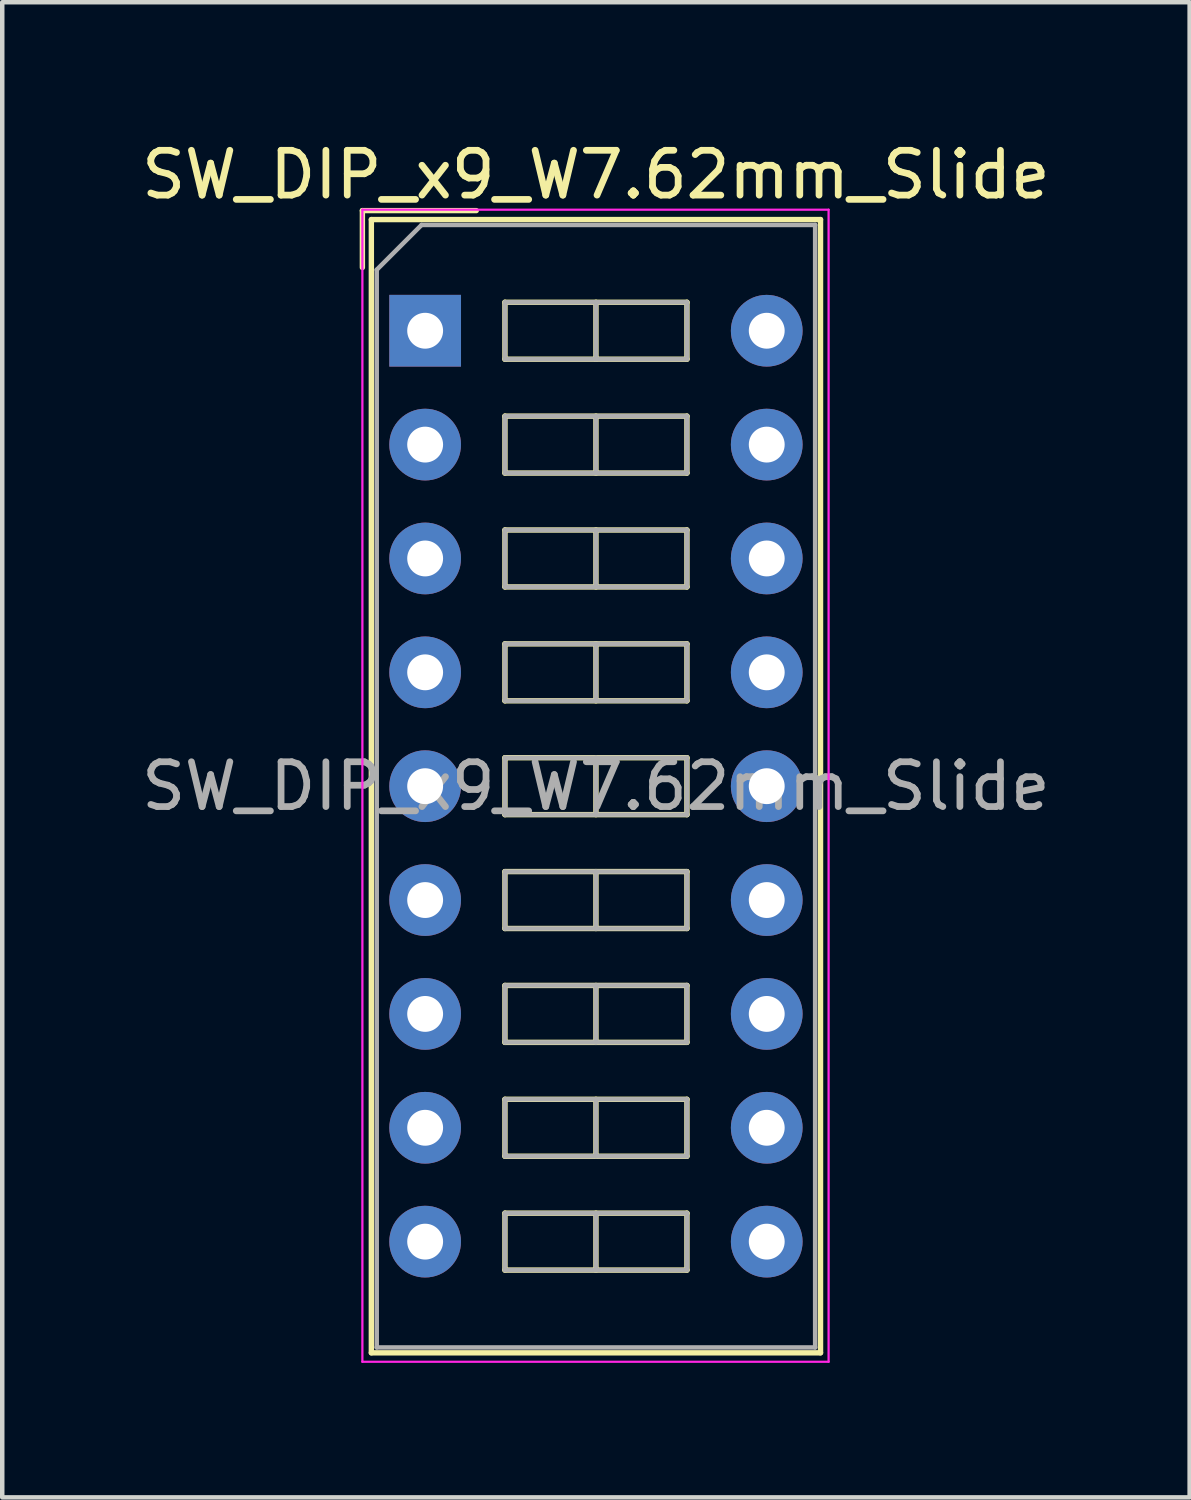
<source format=kicad_pcb>
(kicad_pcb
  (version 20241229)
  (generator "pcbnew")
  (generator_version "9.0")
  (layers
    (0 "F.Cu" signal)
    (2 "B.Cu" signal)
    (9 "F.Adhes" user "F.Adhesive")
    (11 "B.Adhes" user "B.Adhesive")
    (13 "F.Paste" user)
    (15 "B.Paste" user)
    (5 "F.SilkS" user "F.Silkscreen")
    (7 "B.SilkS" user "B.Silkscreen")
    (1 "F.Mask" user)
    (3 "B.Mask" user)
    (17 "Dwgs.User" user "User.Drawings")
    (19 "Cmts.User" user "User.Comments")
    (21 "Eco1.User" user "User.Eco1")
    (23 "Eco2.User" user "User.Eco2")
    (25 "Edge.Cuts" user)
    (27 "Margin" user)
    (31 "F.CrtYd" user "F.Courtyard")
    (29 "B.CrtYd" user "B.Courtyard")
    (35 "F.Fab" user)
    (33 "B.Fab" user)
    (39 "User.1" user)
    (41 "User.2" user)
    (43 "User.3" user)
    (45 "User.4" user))
  (footprint "SW_DIP_x9_W7.62mm_Slide"
    (layer "F.Cu")
    (at 6.434 4.328)
    (property "Reference" "SW_DIP_x9_W7.62mm_Slide" (at 3.81 -3.48 0) (layer "F.SilkS") (effects (font (size 1 1) (thickness 0.15))))
    (attr through_hole)
    (fp_line (start -1.4 -2.68) (end -1.4 -1.41) (stroke (width 0.12) (type solid)) (layer "F.SilkS"))
    (fp_line (start -1.4 -2.68) (end 1.14 -2.68) (stroke (width 0.12) (type solid)) (layer "F.SilkS"))
    (fp_line (start -1.2 -2.48) (end 8.82 -2.48) (stroke (width 0.12) (type solid)) (layer "F.SilkS"))
    (fp_line (start -1.2 22.8) (end -1.2 -2.48) (stroke (width 0.12) (type solid)) (layer "F.SilkS"))
    (fp_line (start 1.78 -0.635) (end 1.78 0.635) (stroke (width 0.12) (type solid)) (layer "F.SilkS"))
    (fp_line (start 1.78 0.635) (end 5.84 0.635) (stroke (width 0.12) (type solid)) (layer "F.SilkS"))
    (fp_line (start 1.78 1.905) (end 1.78 3.175) (stroke (width 0.12) (type solid)) (layer "F.SilkS"))
    (fp_line (start 1.78 3.175) (end 5.84 3.175) (stroke (width 0.12) (type solid)) (layer "F.SilkS"))
    (fp_line (start 1.78 4.445) (end 1.78 5.715) (stroke (width 0.12) (type solid)) (layer "F.SilkS"))
    (fp_line (start 1.78 5.715) (end 5.84 5.715) (stroke (width 0.12) (type solid)) (layer "F.SilkS"))
    (fp_line (start 1.78 6.985) (end 1.78 8.255) (stroke (width 0.12) (type solid)) (layer "F.SilkS"))
    (fp_line (start 1.78 8.255) (end 5.84 8.255) (stroke (width 0.12) (type solid)) (layer "F.SilkS"))
    (fp_line (start 1.78 9.525) (end 1.78 10.795) (stroke (width 0.12) (type solid)) (layer "F.SilkS"))
    (fp_line (start 1.78 10.795) (end 5.84 10.795) (stroke (width 0.12) (type solid)) (layer "F.SilkS"))
    (fp_line (start 1.78 12.065) (end 1.78 13.335) (stroke (width 0.12) (type solid)) (layer "F.SilkS"))
    (fp_line (start 1.78 13.335) (end 5.84 13.335) (stroke (width 0.12) (type solid)) (layer "F.SilkS"))
    (fp_line (start 1.78 14.605) (end 1.78 15.875) (stroke (width 0.12) (type solid)) (layer "F.SilkS"))
    (fp_line (start 1.78 15.875) (end 5.84 15.875) (stroke (width 0.12) (type solid)) (layer "F.SilkS"))
    (fp_line (start 1.78 17.145) (end 1.78 18.415) (stroke (width 0.12) (type solid)) (layer "F.SilkS"))
    (fp_line (start 1.78 18.415) (end 5.84 18.415) (stroke (width 0.12) (type solid)) (layer "F.SilkS"))
    (fp_line (start 1.78 19.685) (end 1.78 20.955) (stroke (width 0.12) (type solid)) (layer "F.SilkS"))
    (fp_line (start 1.78 20.955) (end 5.84 20.955) (stroke (width 0.12) (type solid)) (layer "F.SilkS"))
    (fp_line (start 3.81 -0.635) (end 3.81 0.635) (stroke (width 0.12) (type solid)) (layer "F.SilkS"))
    (fp_line (start 3.81 1.905) (end 3.81 3.175) (stroke (width 0.12) (type solid)) (layer "F.SilkS"))
    (fp_line (start 3.81 4.445) (end 3.81 5.715) (stroke (width 0.12) (type solid)) (layer "F.SilkS"))
    (fp_line (start 3.81 6.985) (end 3.81 8.255) (stroke (width 0.12) (type solid)) (layer "F.SilkS"))
    (fp_line (start 3.81 9.525) (end 3.81 10.795) (stroke (width 0.12) (type solid)) (layer "F.SilkS"))
    (fp_line (start 3.81 12.065) (end 3.81 13.335) (stroke (width 0.12) (type solid)) (layer "F.SilkS"))
    (fp_line (start 3.81 14.605) (end 3.81 15.875) (stroke (width 0.12) (type solid)) (layer "F.SilkS"))
    (fp_line (start 3.81 17.145) (end 3.81 18.415) (stroke (width 0.12) (type solid)) (layer "F.SilkS"))
    (fp_line (start 3.81 19.685) (end 3.81 20.955) (stroke (width 0.12) (type solid)) (layer "F.SilkS"))
    (fp_line (start 5.84 -0.635) (end 1.78 -0.635) (stroke (width 0.12) (type solid)) (layer "F.SilkS"))
    (fp_line (start 5.84 0.635) (end 5.84 -0.635) (stroke (width 0.12) (type solid)) (layer "F.SilkS"))
    (fp_line (start 5.84 1.905) (end 1.78 1.905) (stroke (width 0.12) (type solid)) (layer "F.SilkS"))
    (fp_line (start 5.84 3.175) (end 5.84 1.905) (stroke (width 0.12) (type solid)) (layer "F.SilkS"))
    (fp_line (start 5.84 4.445) (end 1.78 4.445) (stroke (width 0.12) (type solid)) (layer "F.SilkS"))
    (fp_line (start 5.84 5.715) (end 5.84 4.445) (stroke (width 0.12) (type solid)) (layer "F.SilkS"))
    (fp_line (start 5.84 6.985) (end 1.78 6.985) (stroke (width 0.12) (type solid)) (layer "F.SilkS"))
    (fp_line (start 5.84 8.255) (end 5.84 6.985) (stroke (width 0.12) (type solid)) (layer "F.SilkS"))
    (fp_line (start 5.84 9.525) (end 1.78 9.525) (stroke (width 0.12) (type solid)) (layer "F.SilkS"))
    (fp_line (start 5.84 10.795) (end 5.84 9.525) (stroke (width 0.12) (type solid)) (layer "F.SilkS"))
    (fp_line (start 5.84 12.065) (end 1.78 12.065) (stroke (width 0.12) (type solid)) (layer "F.SilkS"))
    (fp_line (start 5.84 13.335) (end 5.84 12.065) (stroke (width 0.12) (type solid)) (layer "F.SilkS"))
    (fp_line (start 5.84 14.605) (end 1.78 14.605) (stroke (width 0.12) (type solid)) (layer "F.SilkS"))
    (fp_line (start 5.84 15.875) (end 5.84 14.605) (stroke (width 0.12) (type solid)) (layer "F.SilkS"))
    (fp_line (start 5.84 17.145) (end 1.78 17.145) (stroke (width 0.12) (type solid)) (layer "F.SilkS"))
    (fp_line (start 5.84 18.415) (end 5.84 17.145) (stroke (width 0.12) (type solid)) (layer "F.SilkS"))
    (fp_line (start 5.84 19.685) (end 1.78 19.685) (stroke (width 0.12) (type solid)) (layer "F.SilkS"))
    (fp_line (start 5.84 20.955) (end 5.84 19.685) (stroke (width 0.12) (type solid)) (layer "F.SilkS"))
    (fp_line (start 8.82 -2.48) (end 8.82 22.8) (stroke (width 0.12) (type solid)) (layer "F.SilkS"))
    (fp_line (start 8.82 22.8) (end -1.2 22.8) (stroke (width 0.12) (type solid)) (layer "F.SilkS"))
    (fp_line (start -1.4 -2.7) (end -1.4 23) (stroke (width 0.05) (type solid)) (layer "F.CrtYd"))
    (fp_line (start -1.4 23) (end 9 23) (stroke (width 0.05) (type solid)) (layer "F.CrtYd"))
    (fp_line (start 9 -2.7) (end -1.4 -2.7) (stroke (width 0.05) (type solid)) (layer "F.CrtYd"))
    (fp_line (start 9 23) (end 9 -2.7) (stroke (width 0.05) (type solid)) (layer "F.CrtYd"))
    (fp_line (start -1.08 -1.36) (end -0.08 -2.36) (stroke (width 0.1) (type solid)) (layer "F.Fab"))
    (fp_line (start -1.08 22.68) (end -1.08 -1.36) (stroke (width 0.1) (type solid)) (layer "F.Fab"))
    (fp_line (start -0.08 -2.36) (end 8.7 -2.36) (stroke (width 0.1) (type solid)) (layer "F.Fab"))
    (fp_line (start 1.78 -0.635) (end 1.78 0.635) (stroke (width 0.1) (type solid)) (layer "F.Fab"))
    (fp_line (start 1.78 0.635) (end 5.84 0.635) (stroke (width 0.1) (type solid)) (layer "F.Fab"))
    (fp_line (start 1.78 1.905) (end 1.78 3.175) (stroke (width 0.1) (type solid)) (layer "F.Fab"))
    (fp_line (start 1.78 3.175) (end 5.84 3.175) (stroke (width 0.1) (type solid)) (layer "F.Fab"))
    (fp_line (start 1.78 4.445) (end 1.78 5.715) (stroke (width 0.1) (type solid)) (layer "F.Fab"))
    (fp_line (start 1.78 5.715) (end 5.84 5.715) (stroke (width 0.1) (type solid)) (layer "F.Fab"))
    (fp_line (start 1.78 6.985) (end 1.78 8.255) (stroke (width 0.1) (type solid)) (layer "F.Fab"))
    (fp_line (start 1.78 8.255) (end 5.84 8.255) (stroke (width 0.1) (type solid)) (layer "F.Fab"))
    (fp_line (start 1.78 9.525) (end 1.78 10.795) (stroke (width 0.1) (type solid)) (layer "F.Fab"))
    (fp_line (start 1.78 10.795) (end 5.84 10.795) (stroke (width 0.1) (type solid)) (layer "F.Fab"))
    (fp_line (start 1.78 12.065) (end 1.78 13.335) (stroke (width 0.1) (type solid)) (layer "F.Fab"))
    (fp_line (start 1.78 13.335) (end 5.84 13.335) (stroke (width 0.1) (type solid)) (layer "F.Fab"))
    (fp_line (start 1.78 14.605) (end 1.78 15.875) (stroke (width 0.1) (type solid)) (layer "F.Fab"))
    (fp_line (start 1.78 15.875) (end 5.84 15.875) (stroke (width 0.1) (type solid)) (layer "F.Fab"))
    (fp_line (start 1.78 17.145) (end 1.78 18.415) (stroke (width 0.1) (type solid)) (layer "F.Fab"))
    (fp_line (start 1.78 18.415) (end 5.84 18.415) (stroke (width 0.1) (type solid)) (layer "F.Fab"))
    (fp_line (start 1.78 19.685) (end 1.78 20.955) (stroke (width 0.1) (type solid)) (layer "F.Fab"))
    (fp_line (start 1.78 20.955) (end 5.84 20.955) (stroke (width 0.1) (type solid)) (layer "F.Fab"))
    (fp_line (start 3.81 -0.635) (end 3.81 0.635) (stroke (width 0.1) (type solid)) (layer "F.Fab"))
    (fp_line (start 3.81 1.905) (end 3.81 3.175) (stroke (width 0.1) (type solid)) (layer "F.Fab"))
    (fp_line (start 3.81 4.445) (end 3.81 5.715) (stroke (width 0.1) (type solid)) (layer "F.Fab"))
    (fp_line (start 3.81 6.985) (end 3.81 8.255) (stroke (width 0.1) (type solid)) (layer "F.Fab"))
    (fp_line (start 3.81 9.525) (end 3.81 10.795) (stroke (width 0.1) (type solid)) (layer "F.Fab"))
    (fp_line (start 3.81 12.065) (end 3.81 13.335) (stroke (width 0.1) (type solid)) (layer "F.Fab"))
    (fp_line (start 3.81 14.605) (end 3.81 15.875) (stroke (width 0.1) (type solid)) (layer "F.Fab"))
    (fp_line (start 3.81 17.145) (end 3.81 18.415) (stroke (width 0.1) (type solid)) (layer "F.Fab"))
    (fp_line (start 3.81 19.685) (end 3.81 20.955) (stroke (width 0.1) (type solid)) (layer "F.Fab"))
    (fp_line (start 5.84 -0.635) (end 1.78 -0.635) (stroke (width 0.1) (type solid)) (layer "F.Fab"))
    (fp_line (start 5.84 0.635) (end 5.84 -0.635) (stroke (width 0.1) (type solid)) (layer "F.Fab"))
    (fp_line (start 5.84 1.905) (end 1.78 1.905) (stroke (width 0.1) (type solid)) (layer "F.Fab"))
    (fp_line (start 5.84 3.175) (end 5.84 1.905) (stroke (width 0.1) (type solid)) (layer "F.Fab"))
    (fp_line (start 5.84 4.445) (end 1.78 4.445) (stroke (width 0.1) (type solid)) (layer "F.Fab"))
    (fp_line (start 5.84 5.715) (end 5.84 4.445) (stroke (width 0.1) (type solid)) (layer "F.Fab"))
    (fp_line (start 5.84 6.985) (end 1.78 6.985) (stroke (width 0.1) (type solid)) (layer "F.Fab"))
    (fp_line (start 5.84 8.255) (end 5.84 6.985) (stroke (width 0.1) (type solid)) (layer "F.Fab"))
    (fp_line (start 5.84 9.525) (end 1.78 9.525) (stroke (width 0.1) (type solid)) (layer "F.Fab"))
    (fp_line (start 5.84 10.795) (end 5.84 9.525) (stroke (width 0.1) (type solid)) (layer "F.Fab"))
    (fp_line (start 5.84 12.065) (end 1.78 12.065) (stroke (width 0.1) (type solid)) (layer "F.Fab"))
    (fp_line (start 5.84 13.335) (end 5.84 12.065) (stroke (width 0.1) (type solid)) (layer "F.Fab"))
    (fp_line (start 5.84 14.605) (end 1.78 14.605) (stroke (width 0.1) (type solid)) (layer "F.Fab"))
    (fp_line (start 5.84 15.875) (end 5.84 14.605) (stroke (width 0.1) (type solid)) (layer "F.Fab"))
    (fp_line (start 5.84 17.145) (end 1.78 17.145) (stroke (width 0.1) (type solid)) (layer "F.Fab"))
    (fp_line (start 5.84 18.415) (end 5.84 17.145) (stroke (width 0.1) (type solid)) (layer "F.Fab"))
    (fp_line (start 5.84 19.685) (end 1.78 19.685) (stroke (width 0.1) (type solid)) (layer "F.Fab"))
    (fp_line (start 5.84 20.955) (end 5.84 19.685) (stroke (width 0.1) (type solid)) (layer "F.Fab"))
    (fp_line (start 8.7 -2.36) (end 8.7 22.68) (stroke (width 0.1) (type solid)) (layer "F.Fab"))
    (fp_line (start 8.7 22.68) (end -1.08 22.68) (stroke (width 0.1) (type solid)) (layer "F.Fab"))
    (fp_text user "${REFERENCE}" (at 3.81 10.16 0) (layer "F.Fab") (effects (font (size 1 1) (thickness 0.15))))
    (pad "1" thru_hole rect (at 0 0) (size 1.6 1.6) (drill 0.8) (layers "*.Cu" "*.Mask"))
    (pad "2" thru_hole oval (at 0 2.54) (size 1.6 1.6) (drill 0.8) (layers "*.Cu" "*.Mask"))
    (pad "3" thru_hole oval (at 0 5.08) (size 1.6 1.6) (drill 0.8) (layers "*.Cu" "*.Mask"))
    (pad "4" thru_hole oval (at 0 7.62) (size 1.6 1.6) (drill 0.8) (layers "*.Cu" "*.Mask"))
    (pad "5" thru_hole oval (at 0 10.16) (size 1.6 1.6) (drill 0.8) (layers "*.Cu" "*.Mask"))
    (pad "6" thru_hole oval (at 0 12.7) (size 1.6 1.6) (drill 0.8) (layers "*.Cu" "*.Mask"))
    (pad "7" thru_hole oval (at 0 15.24) (size 1.6 1.6) (drill 0.8) (layers "*.Cu" "*.Mask"))
    (pad "8" thru_hole oval (at 0 17.78) (size 1.6 1.6) (drill 0.8) (layers "*.Cu" "*.Mask"))
    (pad "9" thru_hole oval (at 0 20.32) (size 1.6 1.6) (drill 0.8) (layers "*.Cu" "*.Mask"))
    (pad "10" thru_hole oval (at 7.62 20.32) (size 1.6 1.6) (drill 0.8) (layers "*.Cu" "*.Mask"))
    (pad "11" thru_hole oval (at 7.62 17.78) (size 1.6 1.6) (drill 0.8) (layers "*.Cu" "*.Mask"))
    (pad "12" thru_hole oval (at 7.62 15.24) (size 1.6 1.6) (drill 0.8) (layers "*.Cu" "*.Mask"))
    (pad "13" thru_hole oval (at 7.62 12.7) (size 1.6 1.6) (drill 0.8) (layers "*.Cu" "*.Mask"))
    (pad "14" thru_hole oval (at 7.62 10.16) (size 1.6 1.6) (drill 0.8) (layers "*.Cu" "*.Mask"))
    (pad "15" thru_hole oval (at 7.62 7.62) (size 1.6 1.6) (drill 0.8) (layers "*.Cu" "*.Mask"))
    (pad "16" thru_hole oval (at 7.62 5.08) (size 1.6 1.6) (drill 0.8) (layers "*.Cu" "*.Mask"))
    (pad "17" thru_hole oval (at 7.62 2.54) (size 1.6 1.6) (drill 0.8) (layers "*.Cu" "*.Mask"))
    (pad "18" thru_hole oval (at 7.62 0) (size 1.6 1.6) (drill 0.8) (layers "*.Cu" "*.Mask")))
  (gr_rect
    (start -3 -3)
    (end 23.488 30.353)
    (stroke (width 0.1) (type default))
    (fill no)
    (layer "Edge.Cuts")))
</source>
